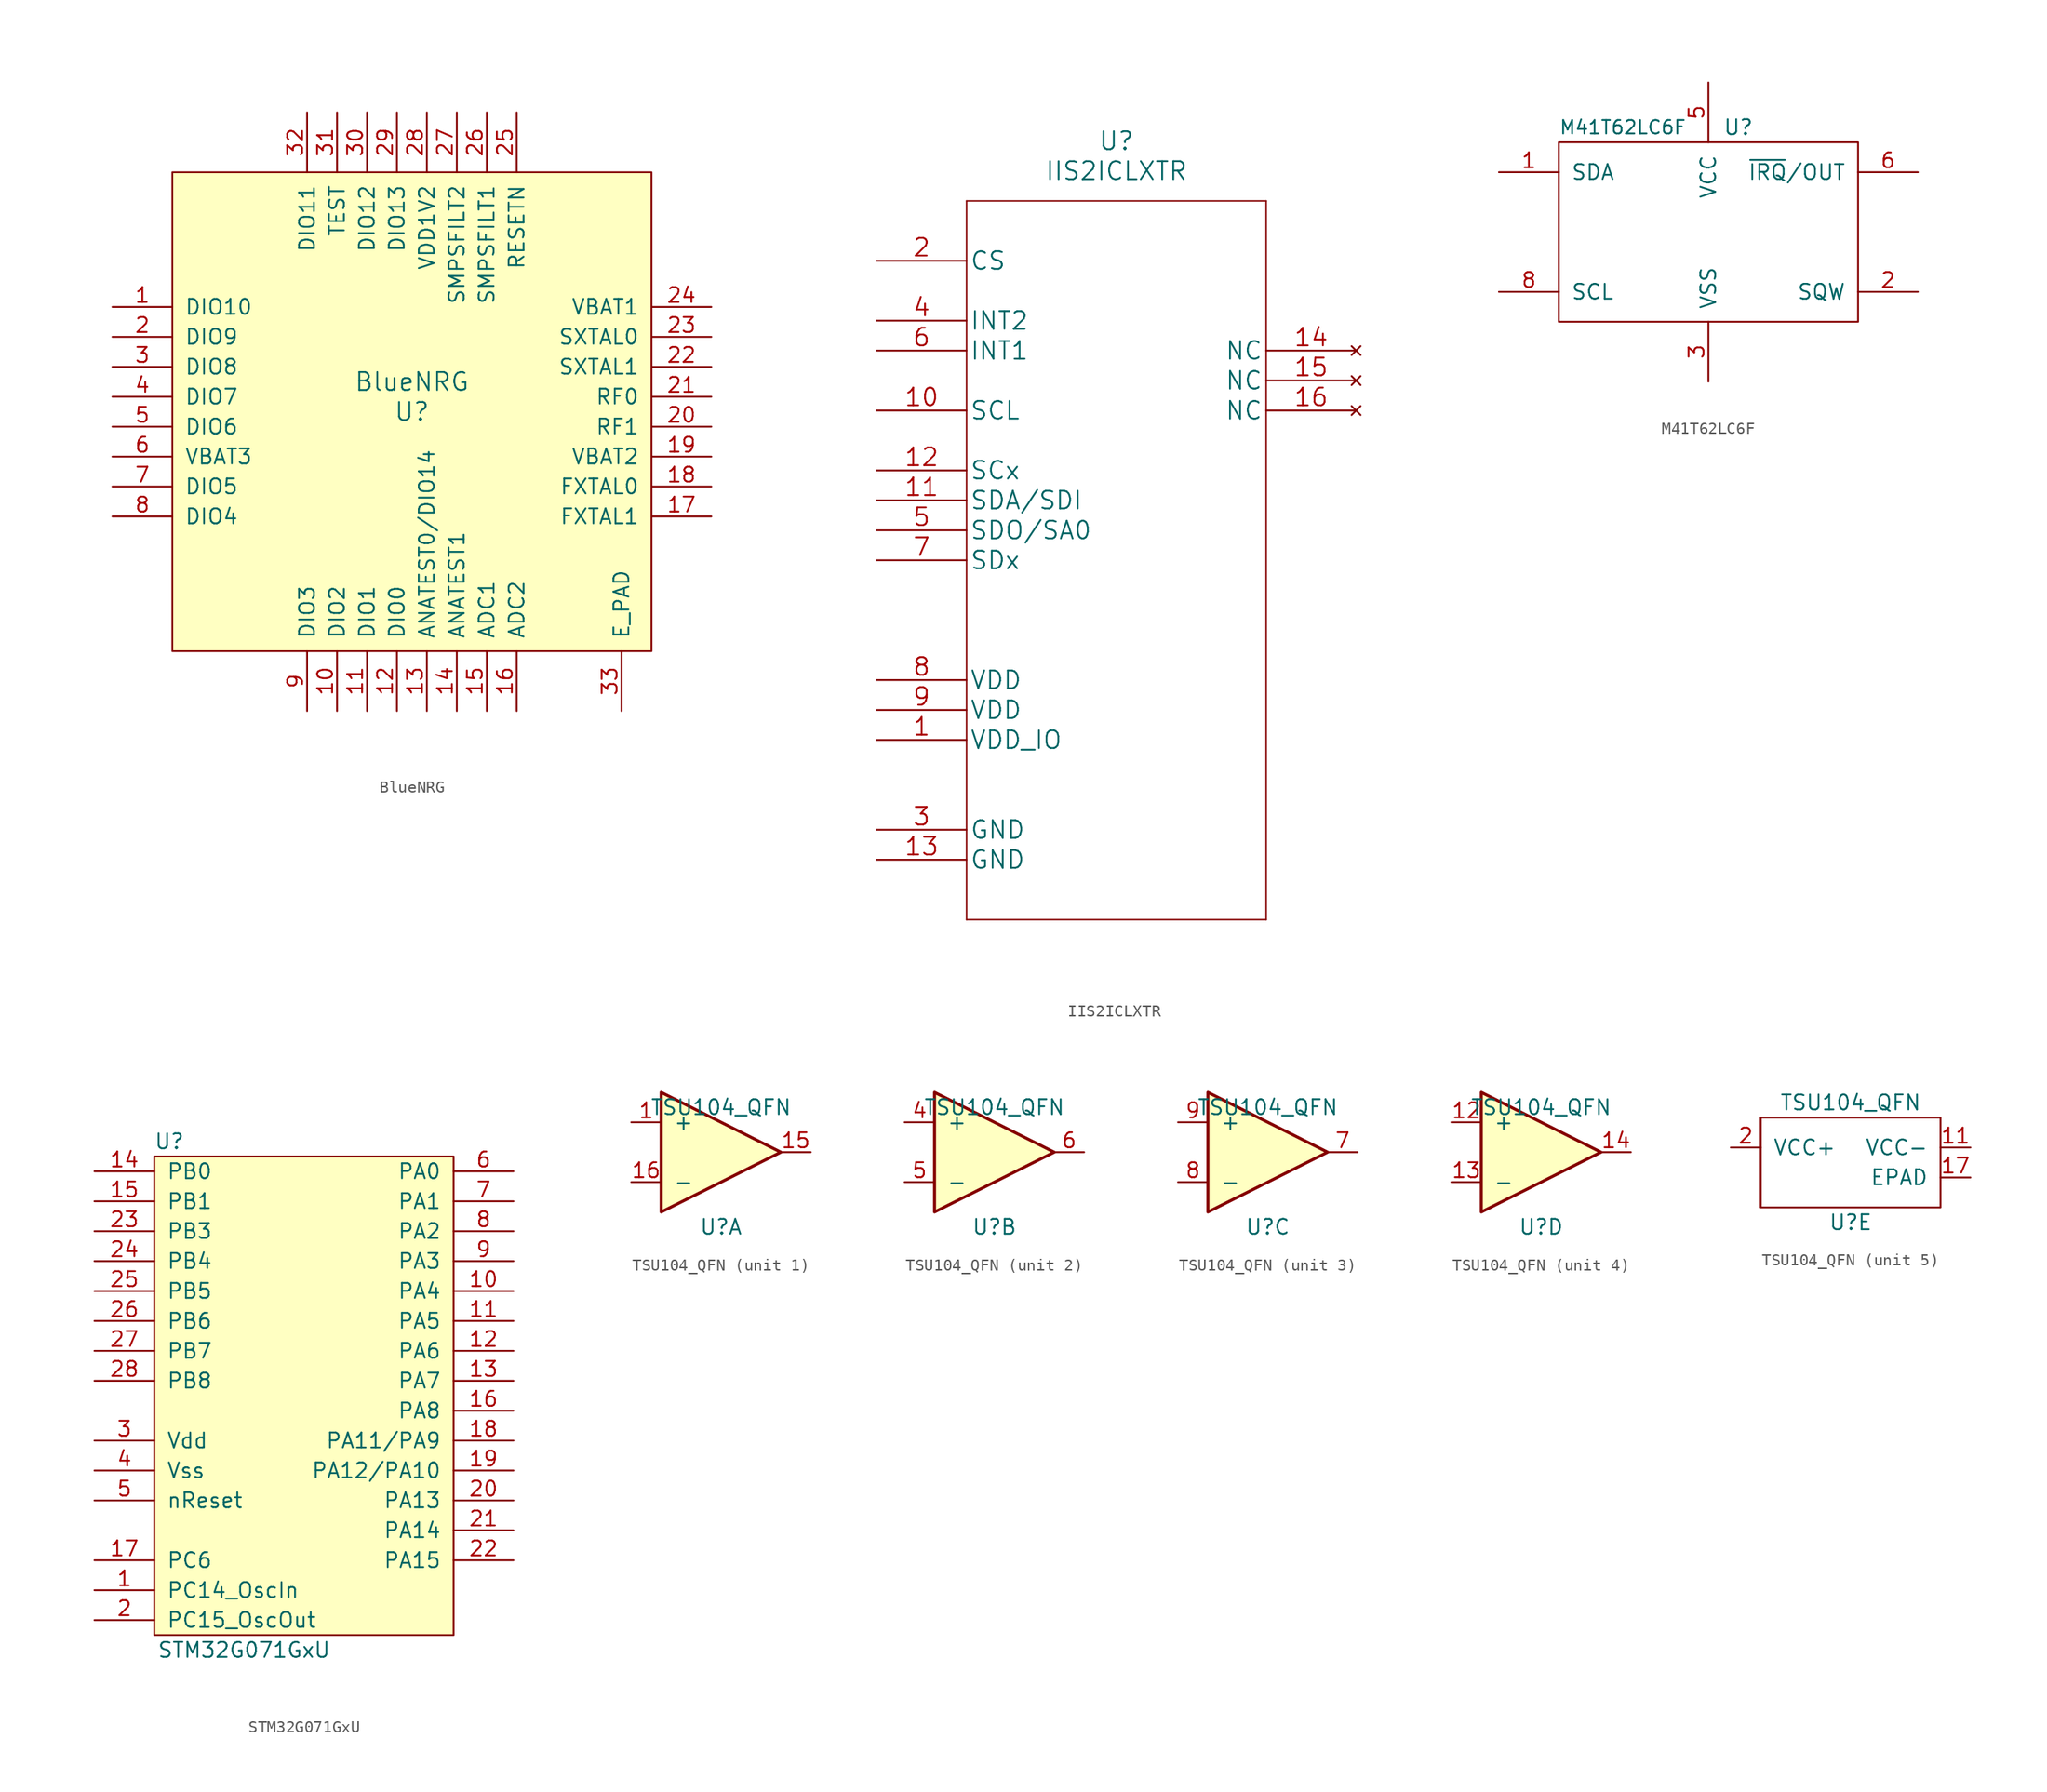
<source format=kicad_sym>
(kicad_symbol_lib
  (version 20211014)
  (generator kicad_symbol_editor)
  (symbol "BlueNRG"
    (pin_names
      (offset 1.016))
    (property "Reference" "U"
      (at 0 0 0)
      (effects (font (size 1.524 1.524))))
    (property "Value" "BlueNRG"
      (at 0 2.54 0)
      (effects (font (size 1.524 1.524))))
    (property "Footprint" ""
      (at 0 0 0)
      (effects (font (size 1.524 1.524))))
    (property "Datasheet" ""
      (at 0 0 0)
      (effects (font (size 1.524 1.524))))
    (symbol "BlueNRG_0_1"
      (rectangle (start -20.32 20.32) (end 20.32 -20.32) (stroke (width 0) (type default) (color 0 0 0 0)) (fill (type background))))
    (symbol "BlueNRG_1_1"
      (pin input line (at -25.4 8.89 0) (length 5.08) (name "DIO10" (effects (font (size 1.27 1.27)))) (number "1" (effects (font (size 1.27 1.27)))))
      (pin input line (at -6.35 -25.4 90) (length 5.08) (name "DIO2" (effects (font (size 1.27 1.27)))) (number "10" (effects (font (size 1.27 1.27)))))
      (pin input line (at -3.81 -25.4 90) (length 5.08) (name "DIO1" (effects (font (size 1.27 1.27)))) (number "11" (effects (font (size 1.27 1.27)))))
      (pin input line (at -1.27 -25.4 90) (length 5.08) (name "DIO0" (effects (font (size 1.27 1.27)))) (number "12" (effects (font (size 1.27 1.27)))))
      (pin input line (at 1.27 -25.4 90) (length 5.08) (name "ANATEST0/DIO14" (effects (font (size 1.27 1.27)))) (number "13" (effects (font (size 1.27 1.27)))))
      (pin input line (at 3.81 -25.4 90) (length 5.08) (name "ANATEST1" (effects (font (size 1.27 1.27)))) (number "14" (effects (font (size 1.27 1.27)))))
      (pin input line (at 6.35 -25.4 90) (length 5.08) (name "ADC1" (effects (font (size 1.27 1.27)))) (number "15" (effects (font (size 1.27 1.27)))))
      (pin input line (at 8.89 -25.4 90) (length 5.08) (name "ADC2" (effects (font (size 1.27 1.27)))) (number "16" (effects (font (size 1.27 1.27)))))
      (pin input line (at 25.4 -8.89 180) (length 5.08) (name "FXTAL1" (effects (font (size 1.27 1.27)))) (number "17" (effects (font (size 1.27 1.27)))))
      (pin input line (at 25.4 -6.35 180) (length 5.08) (name "FXTAL0" (effects (font (size 1.27 1.27)))) (number "18" (effects (font (size 1.27 1.27)))))
      (pin input line (at 25.4 -3.81 180) (length 5.08) (name "VBAT2" (effects (font (size 1.27 1.27)))) (number "19" (effects (font (size 1.27 1.27)))))
      (pin input line (at -25.4 6.35 0) (length 5.08) (name "DIO9" (effects (font (size 1.27 1.27)))) (number "2" (effects (font (size 1.27 1.27)))))
      (pin input line (at 25.4 -1.27 180) (length 5.08) (name "RF1" (effects (font (size 1.27 1.27)))) (number "20" (effects (font (size 1.27 1.27)))))
      (pin input line (at 25.4 1.27 180) (length 5.08) (name "RF0" (effects (font (size 1.27 1.27)))) (number "21" (effects (font (size 1.27 1.27)))))
      (pin input line (at 25.4 3.81 180) (length 5.08) (name "SXTAL1" (effects (font (size 1.27 1.27)))) (number "22" (effects (font (size 1.27 1.27)))))
      (pin input line (at 25.4 6.35 180) (length 5.08) (name "SXTAL0" (effects (font (size 1.27 1.27)))) (number "23" (effects (font (size 1.27 1.27)))))
      (pin input line (at 25.4 8.89 180) (length 5.08) (name "VBAT1" (effects (font (size 1.27 1.27)))) (number "24" (effects (font (size 1.27 1.27)))))
      (pin input line (at 8.89 25.4 270) (length 5.08) (name "RESETN" (effects (font (size 1.27 1.27)))) (number "25" (effects (font (size 1.27 1.27)))))
      (pin input line (at 6.35 25.4 270) (length 5.08) (name "SMPSFILT1" (effects (font (size 1.27 1.27)))) (number "26" (effects (font (size 1.27 1.27)))))
      (pin input line (at 3.81 25.4 270) (length 5.08) (name "SMPSFILT2" (effects (font (size 1.27 1.27)))) (number "27" (effects (font (size 1.27 1.27)))))
      (pin input line (at 1.27 25.4 270) (length 5.08) (name "VDD1V2" (effects (font (size 1.27 1.27)))) (number "28" (effects (font (size 1.27 1.27)))))
      (pin input line (at -1.27 25.4 270) (length 5.08) (name "DIO13" (effects (font (size 1.27 1.27)))) (number "29" (effects (font (size 1.27 1.27)))))
      (pin input line (at -25.4 3.81 0) (length 5.08) (name "DIO8" (effects (font (size 1.27 1.27)))) (number "3" (effects (font (size 1.27 1.27)))))
      (pin input line (at -3.81 25.4 270) (length 5.08) (name "DIO12" (effects (font (size 1.27 1.27)))) (number "30" (effects (font (size 1.27 1.27)))))
      (pin input line (at -6.35 25.4 270) (length 5.08) (name "TEST" (effects (font (size 1.27 1.27)))) (number "31" (effects (font (size 1.27 1.27)))))
      (pin input line (at -8.89 25.4 270) (length 5.08) (name "DIO11" (effects (font (size 1.27 1.27)))) (number "32" (effects (font (size 1.27 1.27)))))
      (pin input line (at 17.78 -25.4 90) (length 5.08) (name "E_PAD" (effects (font (size 1.27 1.27)))) (number "33" (effects (font (size 1.27 1.27)))))
      (pin input line (at -25.4 1.27 0) (length 5.08) (name "DIO7" (effects (font (size 1.27 1.27)))) (number "4" (effects (font (size 1.27 1.27)))))
      (pin input line (at -25.4 -1.27 0) (length 5.08) (name "DIO6" (effects (font (size 1.27 1.27)))) (number "5" (effects (font (size 1.27 1.27)))))
      (pin input line (at -25.4 -3.81 0) (length 5.08) (name "VBAT3" (effects (font (size 1.27 1.27)))) (number "6" (effects (font (size 1.27 1.27)))))
      (pin input line (at -25.4 -6.35 0) (length 5.08) (name "DIO5" (effects (font (size 1.27 1.27)))) (number "7" (effects (font (size 1.27 1.27)))))
      (pin input line (at -25.4 -8.89 0) (length 5.08) (name "DIO4" (effects (font (size 1.27 1.27)))) (number "8" (effects (font (size 1.27 1.27)))))
      (pin input line (at -8.89 -25.4 90) (length 5.08) (name "DIO3" (effects (font (size 1.27 1.27)))) (number "9" (effects (font (size 1.27 1.27)))))))
  (symbol "IIS2ICLXTR"
    (pin_names
      (offset 0.254))
    (property "Reference" "U"
      (at 20.32 10.16 0)
      (effects (font (size 1.524 1.524))))
    (property "Value" "IIS2ICLXTR"
      (at 20.32 7.62 0)
      (effects (font (size 1.524 1.524))))
    (property "Datasheet" ""
      (at 0 0 0)
      (effects (font (size 1.524 1.524))))
    (property "ki_locked" ""
      (at 0 0 0)
      (effects (font (size 1.27 1.27))))
    (symbol "IIS2ICLXTR_1_1"
      (polyline (pts (xy 7.62 -55.88) (xy 33.02 -55.88)) (stroke (width 0.127) (type default) (color 0 0 0 0)) (fill (type none)))
      (polyline (pts (xy 7.62 5.08) (xy 7.62 -55.88)) (stroke (width 0.127) (type default) (color 0 0 0 0)) (fill (type none)))
      (polyline (pts (xy 33.02 -55.88) (xy 33.02 5.08)) (stroke (width 0.127) (type default) (color 0 0 0 0)) (fill (type none)))
      (polyline (pts (xy 33.02 5.08) (xy 7.62 5.08)) (stroke (width 0.127) (type default) (color 0 0 0 0)) (fill (type none)))
      (pin power_in line (at 0 -40.64 0) (length 7.62) (name "VDD_IO" (effects (font (size 1.499 1.499)))) (number "1" (effects (font (size 1.499 1.499)))))
      (pin input line (at 0 -12.7 0) (length 7.62) (name "SCL" (effects (font (size 1.499 1.499)))) (number "10" (effects (font (size 1.499 1.499)))))
      (pin bidirectional line (at 0 -20.32 0) (length 7.62) (name "SDA/SDI" (effects (font (size 1.499 1.499)))) (number "11" (effects (font (size 1.499 1.499)))))
      (pin bidirectional line (at 0 -17.78 0) (length 7.62) (name "SCx" (effects (font (size 1.499 1.499)))) (number "12" (effects (font (size 1.499 1.499)))))
      (pin power_in line (at 0 -50.8 0) (length 7.62) (name "GND" (effects (font (size 1.499 1.499)))) (number "13" (effects (font (size 1.499 1.499)))))
      (pin no_connect line (at 40.64 -7.62 180) (length 7.62) (name "NC" (effects (font (size 1.499 1.499)))) (number "14" (effects (font (size 1.499 1.499)))))
      (pin no_connect line (at 40.64 -10.16 180) (length 7.62) (name "NC" (effects (font (size 1.499 1.499)))) (number "15" (effects (font (size 1.499 1.499)))))
      (pin no_connect line (at 40.64 -12.7 180) (length 7.62) (name "NC" (effects (font (size 1.499 1.499)))) (number "16" (effects (font (size 1.499 1.499)))))
      (pin input line (at 0 0 0) (length 7.62) (name "CS" (effects (font (size 1.499 1.499)))) (number "2" (effects (font (size 1.499 1.499)))))
      (pin power_in line (at 0 -48.26 0) (length 7.62) (name "GND" (effects (font (size 1.499 1.499)))) (number "3" (effects (font (size 1.499 1.499)))))
      (pin output line (at 0 -5.08 0) (length 7.62) (name "INT2" (effects (font (size 1.499 1.499)))) (number "4" (effects (font (size 1.499 1.499)))))
      (pin bidirectional line (at 0 -22.86 0) (length 7.62) (name "SDO/SA0" (effects (font (size 1.499 1.499)))) (number "5" (effects (font (size 1.499 1.499)))))
      (pin output line (at 0 -7.62 0) (length 7.62) (name "INT1" (effects (font (size 1.499 1.499)))) (number "6" (effects (font (size 1.499 1.499)))))
      (pin bidirectional line (at 0 -25.4 0) (length 7.62) (name "SDx" (effects (font (size 1.499 1.499)))) (number "7" (effects (font (size 1.499 1.499)))))
      (pin power_in line (at 0 -35.56 0) (length 7.62) (name "VDD" (effects (font (size 1.499 1.499)))) (number "8" (effects (font (size 1.499 1.499)))))
      (pin power_in line (at 0 -38.1 0) (length 7.62) (name "VDD" (effects (font (size 1.499 1.499)))) (number "9" (effects (font (size 1.499 1.499)))))))
  (symbol "M41T62LC6F"
    (pin_names
      (offset 1.016))
    (property "Reference" "U"
      (at 2.54 8.89 0)
      (effects (font (size 1.27 1.27))))
    (property "Value" "M41T62LC6F"
      (at -12.7 8.89 0)
      (effects (font (size 1.143 1.143)) (justify left)))
    (symbol "M41T62LC6F_0_1"
      (rectangle (start -12.7 7.62) (end 12.7 -7.62) (stroke (width 0) (type default) (color 0 0 0 0)) (fill (type none))))
    (symbol "M41T62LC6F_1_1"
      (pin input line (at -17.78 5.08 0) (length 5.08) (name "SDA" (effects (font (size 1.27 1.27)))) (number "1" (effects (font (size 1.27 1.27)))))
      (pin input line (at 17.78 -5.08 180) (length 5.08) (name "SQW" (effects (font (size 1.27 1.27)))) (number "2" (effects (font (size 1.27 1.27)))))
      (pin input line (at 0 -12.7 90) (length 5.08) (name "VSS" (effects (font (size 1.27 1.27)))) (number "3" (effects (font (size 1.27 1.27)))))
      (pin no_connect line (at -15.24 0 0) (length 5.08) hide (name "NC" (effects (font (size 1.27 1.27)))) (number "4" (effects (font (size 1.27 1.27)))))
      (pin input line (at 0 12.7 270) (length 5.08) (name "VCC" (effects (font (size 1.27 1.27)))) (number "5" (effects (font (size 1.27 1.27)))))
      (pin input line (at 17.78 5.08 180) (length 5.08) (name "~{IRQ}/OUT" (effects (font (size 1.27 1.27)))) (number "6" (effects (font (size 1.27 1.27)))))
      (pin no_connect line (at 12.7 0 180) (length 5.08) hide (name "NC" (effects (font (size 1.27 1.27)))) (number "7" (effects (font (size 1.27 1.27)))))
      (pin input line (at -17.78 -5.08 0) (length 5.08) (name "SCL" (effects (font (size 1.27 1.27)))) (number "8" (effects (font (size 1.27 1.27)))))))
  (symbol "STM32G071GxU"
    (pin_names
      (offset 1.016))
    (property "Reference" "U"
      (at -11.43 21.59 0)
      (effects (font (size 1.27 1.27))))
    (property "Value" "STM32G071GxU"
      (at -5.08 -21.59 0)
      (effects (font (size 1.27 1.27))))
    (symbol "STM32G071GxU_0_1"
      (rectangle (start -12.7 20.32) (end 12.7 -20.32) (stroke (width 0) (type default) (color 0 0 0 0)) (fill (type background))))
    (symbol "STM32G071GxU_1_1"
      (pin input line (at -17.78 -16.51 0) (length 5.08) (name "PC14_OscIn" (effects (font (size 1.27 1.27)))) (number "1" (effects (font (size 1.27 1.27)))))
      (pin bidirectional line (at 17.78 8.89 180) (length 5.08) (name "PA4" (effects (font (size 1.27 1.27)))) (number "10" (effects (font (size 1.27 1.27)))))
      (pin bidirectional line (at 17.78 6.35 180) (length 5.08) (name "PA5" (effects (font (size 1.27 1.27)))) (number "11" (effects (font (size 1.27 1.27)))))
      (pin bidirectional line (at 17.78 3.81 180) (length 5.08) (name "PA6" (effects (font (size 1.27 1.27)))) (number "12" (effects (font (size 1.27 1.27)))))
      (pin bidirectional line (at 17.78 1.27 180) (length 5.08) (name "PA7" (effects (font (size 1.27 1.27)))) (number "13" (effects (font (size 1.27 1.27)))))
      (pin bidirectional line (at -17.78 19.05 0) (length 5.08) (name "PB0" (effects (font (size 1.27 1.27)))) (number "14" (effects (font (size 1.27 1.27)))))
      (pin bidirectional line (at -17.78 16.51 0) (length 5.08) (name "PB1" (effects (font (size 1.27 1.27)))) (number "15" (effects (font (size 1.27 1.27)))))
      (pin bidirectional line (at 17.78 -1.27 180) (length 5.08) (name "PA8" (effects (font (size 1.27 1.27)))) (number "16" (effects (font (size 1.27 1.27)))))
      (pin bidirectional line (at -17.78 -13.97 0) (length 5.08) (name "PC6" (effects (font (size 1.27 1.27)))) (number "17" (effects (font (size 1.27 1.27)))))
      (pin bidirectional line (at 17.78 -3.81 180) (length 5.08) (name "PA11/PA9" (effects (font (size 1.27 1.27)))) (number "18" (effects (font (size 1.27 1.27)))))
      (pin bidirectional line (at 17.78 -6.35 180) (length 5.08) (name "PA12/PA10" (effects (font (size 1.27 1.27)))) (number "19" (effects (font (size 1.27 1.27)))))
      (pin input line (at -17.78 -19.05 0) (length 5.08) (name "PC15_OscOut" (effects (font (size 1.27 1.27)))) (number "2" (effects (font (size 1.27 1.27)))))
      (pin bidirectional line (at 17.78 -8.89 180) (length 5.08) (name "PA13" (effects (font (size 1.27 1.27)))) (number "20" (effects (font (size 1.27 1.27)))))
      (pin bidirectional line (at 17.78 -11.43 180) (length 5.08) (name "PA14" (effects (font (size 1.27 1.27)))) (number "21" (effects (font (size 1.27 1.27)))))
      (pin bidirectional line (at 17.78 -13.97 180) (length 5.08) (name "PA15" (effects (font (size 1.27 1.27)))) (number "22" (effects (font (size 1.27 1.27)))))
      (pin bidirectional line (at -17.78 13.97 0) (length 5.08) (name "PB3" (effects (font (size 1.27 1.27)))) (number "23" (effects (font (size 1.27 1.27)))))
      (pin bidirectional line (at -17.78 11.43 0) (length 5.08) (name "PB4" (effects (font (size 1.27 1.27)))) (number "24" (effects (font (size 1.27 1.27)))))
      (pin bidirectional line (at -17.78 8.89 0) (length 5.08) (name "PB5" (effects (font (size 1.27 1.27)))) (number "25" (effects (font (size 1.27 1.27)))))
      (pin bidirectional line (at -17.78 6.35 0) (length 5.08) (name "PB6" (effects (font (size 1.27 1.27)))) (number "26" (effects (font (size 1.27 1.27)))))
      (pin bidirectional line (at -17.78 3.81 0) (length 5.08) (name "PB7" (effects (font (size 1.27 1.27)))) (number "27" (effects (font (size 1.27 1.27)))))
      (pin bidirectional line (at -17.78 1.27 0) (length 5.08) (name "PB8" (effects (font (size 1.27 1.27)))) (number "28" (effects (font (size 1.27 1.27)))))
      (pin power_in line (at -17.78 -3.81 0) (length 5.08) (name "Vdd" (effects (font (size 1.27 1.27)))) (number "3" (effects (font (size 1.27 1.27)))))
      (pin power_in line (at -17.78 -6.35 0) (length 5.08) (name "Vss" (effects (font (size 1.27 1.27)))) (number "4" (effects (font (size 1.27 1.27)))))
      (pin input line (at -17.78 -8.89 0) (length 5.08) (name "nReset" (effects (font (size 1.27 1.27)))) (number "5" (effects (font (size 1.27 1.27)))))
      (pin bidirectional line (at 17.78 19.05 180) (length 5.08) (name "PA0" (effects (font (size 1.27 1.27)))) (number "6" (effects (font (size 1.27 1.27)))))
      (pin bidirectional line (at 17.78 16.51 180) (length 5.08) (name "PA1" (effects (font (size 1.27 1.27)))) (number "7" (effects (font (size 1.27 1.27)))))
      (pin bidirectional line (at 17.78 13.97 180) (length 5.08) (name "PA2" (effects (font (size 1.27 1.27)))) (number "8" (effects (font (size 1.27 1.27)))))
      (pin bidirectional line (at 17.78 11.43 180) (length 5.08) (name "PA3" (effects (font (size 1.27 1.27)))) (number "9" (effects (font (size 1.27 1.27)))))))
  (symbol "TSU104_QFN"
    (pin_names
      (offset 1.016))
    (property "Reference" "U"
      (at 0 -6.35 0)
      (effects (font (size 1.27 1.27))))
    (property "Value" "TSU104_QFN"
      (at 0 3.81 0)
      (effects (font (size 1.27 1.27))))
    (property "ki_locked" ""
      (at 0 0 0)
      (effects (font (size 1.27 1.27))))
    (symbol "TSU104_QFN_1_1"
      (polyline (pts (xy -5.08 5.08) (xy 5.08 0) (xy -5.08 -5.08) (xy -5.08 5.08)) (stroke (width 0.254) (type default) (color 0 0 0 0)) (fill (type background)))
      (pin input line (at -7.62 2.54 0) (length 2.54) (name "+" (effects (font (size 1.27 1.27)))) (number "1" (effects (font (size 1.27 1.27)))))
      (pin output line (at 7.62 0 180) (length 2.54) (name "~" (effects (font (size 1.27 1.27)))) (number "15" (effects (font (size 1.27 1.27)))))
      (pin input line (at -7.62 -2.54 0) (length 2.54) (name "-" (effects (font (size 1.27 1.27)))) (number "16" (effects (font (size 1.27 1.27))))))
    (symbol "TSU104_QFN_2_1"
      (polyline (pts (xy -5.08 5.08) (xy 5.08 0) (xy -5.08 -5.08) (xy -5.08 5.08)) (stroke (width 0.254) (type default) (color 0 0 0 0)) (fill (type background)))
      (pin input line (at -7.62 2.54 0) (length 2.54) (name "+" (effects (font (size 1.27 1.27)))) (number "4" (effects (font (size 1.27 1.27)))))
      (pin input line (at -7.62 -2.54 0) (length 2.54) (name "-" (effects (font (size 1.27 1.27)))) (number "5" (effects (font (size 1.27 1.27)))))
      (pin output line (at 7.62 0 180) (length 2.54) (name "~" (effects (font (size 1.27 1.27)))) (number "6" (effects (font (size 1.27 1.27))))))
    (symbol "TSU104_QFN_3_1"
      (polyline (pts (xy -5.08 5.08) (xy 5.08 0) (xy -5.08 -5.08) (xy -5.08 5.08)) (stroke (width 0.254) (type default) (color 0 0 0 0)) (fill (type background)))
      (pin output line (at 7.62 0 180) (length 2.54) (name "~" (effects (font (size 1.27 1.27)))) (number "7" (effects (font (size 1.27 1.27)))))
      (pin input line (at -7.62 -2.54 0) (length 2.54) (name "-" (effects (font (size 1.27 1.27)))) (number "8" (effects (font (size 1.27 1.27)))))
      (pin input line (at -7.62 2.54 0) (length 2.54) (name "+" (effects (font (size 1.27 1.27)))) (number "9" (effects (font (size 1.27 1.27))))))
    (symbol "TSU104_QFN_4_1"
      (polyline (pts (xy -5.08 5.08) (xy 5.08 0) (xy -5.08 -5.08) (xy -5.08 5.08)) (stroke (width 0.254) (type default) (color 0 0 0 0)) (fill (type background)))
      (pin input line (at -7.62 2.54 0) (length 2.54) (name "+" (effects (font (size 1.27 1.27)))) (number "12" (effects (font (size 1.27 1.27)))))
      (pin input line (at -7.62 -2.54 0) (length 2.54) (name "-" (effects (font (size 1.27 1.27)))) (number "13" (effects (font (size 1.27 1.27)))))
      (pin output line (at 7.62 0 180) (length 2.54) (name "~" (effects (font (size 1.27 1.27)))) (number "14" (effects (font (size 1.27 1.27))))))
    (symbol "TSU104_QFN_5_1"
      (rectangle (start -7.62 2.54) (end 7.62 -5.08) (stroke (width 0) (type default) (color 0 0 0 0)) (fill (type none)))
      (pin no_connect line (at 0 -1.27 90) (length 2.54) hide (name "NC" (effects (font (size 1.27 1.27)))) (number "10" (effects (font (size 1.27 1.27)))))
      (pin input line (at 10.16 0 180) (length 2.54) (name "VCC-" (effects (font (size 1.27 1.27)))) (number "11" (effects (font (size 1.27 1.27)))))
      (pin input line (at 10.16 -2.54 180) (length 2.54) (name "EPAD" (effects (font (size 1.27 1.27)))) (number "17" (effects (font (size 1.27 1.27)))))
      (pin input line (at -10.16 0 0) (length 2.54) (name "VCC+" (effects (font (size 1.27 1.27)))) (number "2" (effects (font (size 1.27 1.27)))))
      (pin no_connect line (at 0 1.27 270) (length 2.54) hide (name "NC" (effects (font (size 1.27 1.27)))) (number "3" (effects (font (size 1.27 1.27))))))))
</source>
